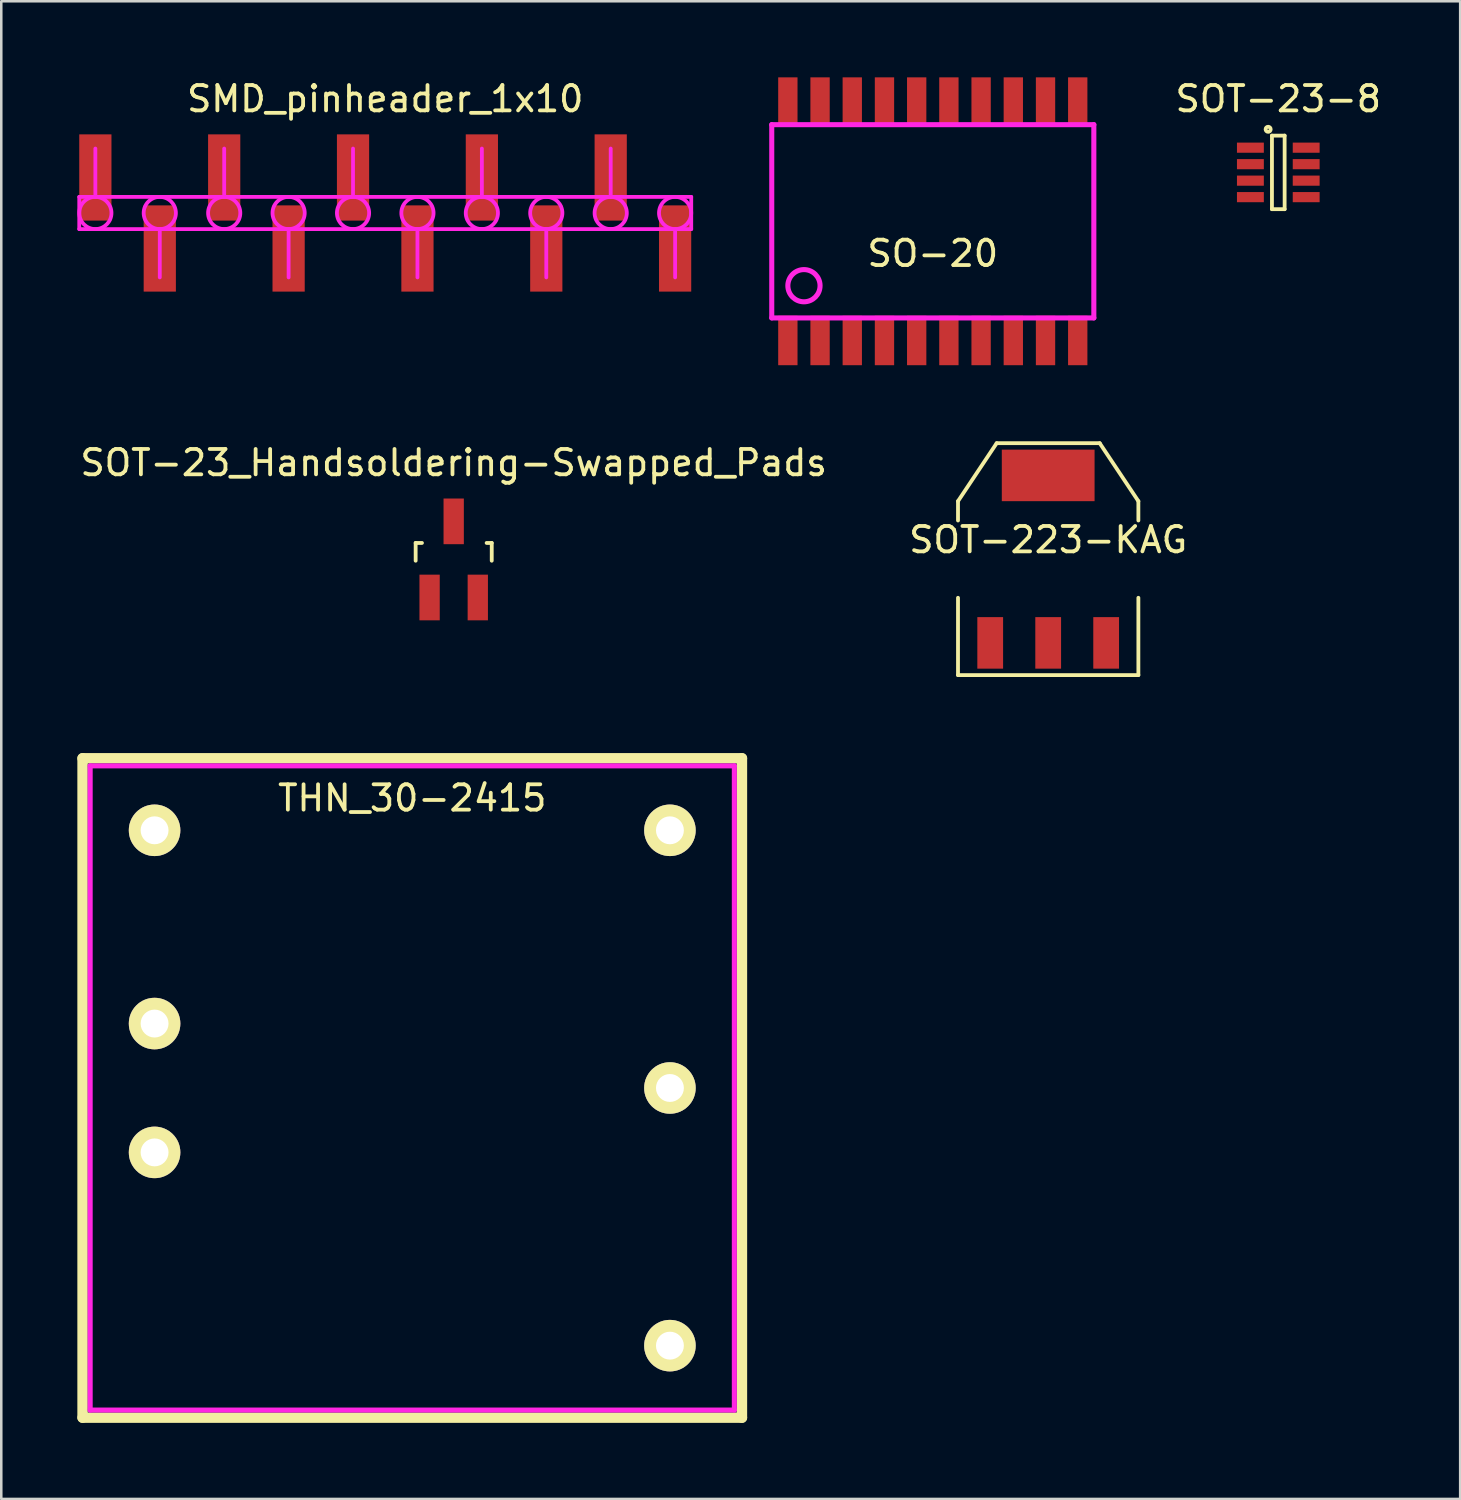
<source format=kicad_pcb>
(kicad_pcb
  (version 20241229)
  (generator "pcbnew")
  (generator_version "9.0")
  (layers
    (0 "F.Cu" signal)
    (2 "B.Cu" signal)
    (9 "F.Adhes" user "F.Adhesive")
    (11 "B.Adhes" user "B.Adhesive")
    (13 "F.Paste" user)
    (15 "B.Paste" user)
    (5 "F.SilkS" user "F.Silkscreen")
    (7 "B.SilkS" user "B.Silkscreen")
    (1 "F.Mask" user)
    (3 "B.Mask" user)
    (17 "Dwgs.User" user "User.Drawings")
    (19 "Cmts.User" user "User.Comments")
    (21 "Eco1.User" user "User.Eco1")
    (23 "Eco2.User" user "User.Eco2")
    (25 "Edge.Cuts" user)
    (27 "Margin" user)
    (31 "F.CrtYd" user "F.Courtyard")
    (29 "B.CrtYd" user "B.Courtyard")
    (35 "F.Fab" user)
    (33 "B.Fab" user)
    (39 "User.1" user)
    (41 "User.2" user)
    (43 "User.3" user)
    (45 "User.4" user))
  (footprint "SO-20"
    (layer "F.Cu")
    (at 33.73 5.675)
    (property "Reference" "SO-20" (at 0 1.27 0) (layer "F.SilkS") (effects (font (size 1 1) (thickness 0.15))))
    (attr through_hole)
    (fp_line (start -6.35 -3.81) (end 6.35 -3.81) (stroke (width 0.2) (type solid)) (layer "F.CrtYd"))
    (fp_line (start -6.35 3.81) (end -6.35 -3.81) (stroke (width 0.2) (type solid)) (layer "F.CrtYd"))
    (fp_line (start 6.35 -3.81) (end 6.35 3.81) (stroke (width 0.2) (type solid)) (layer "F.CrtYd"))
    (fp_line (start 6.35 3.81) (end -6.35 3.81) (stroke (width 0.2) (type solid)) (layer "F.CrtYd"))
    (fp_circle (center -5.08 2.54) (end -4.445 2.54) (stroke (width 0.2) (type solid)) (fill no) (layer "F.CrtYd"))
    (pad "1" smd rect (at -5.715 4.7) (size 0.762 1.95) (layers "F.Cu" "F.Mask" "F.Paste"))
    (pad "2" smd rect (at -4.445 4.7) (size 0.762 1.95) (layers "F.Cu" "F.Mask" "F.Paste"))
    (pad "3" smd rect (at -3.175 4.7) (size 0.762 1.95) (layers "F.Cu" "F.Mask" "F.Paste"))
    (pad "4" smd rect (at -1.905 4.7) (size 0.762 1.95) (layers "F.Cu" "F.Mask" "F.Paste"))
    (pad "5" smd rect (at -0.635 4.7) (size 0.762 1.95) (layers "F.Cu" "F.Mask" "F.Paste"))
    (pad "6" smd rect (at 0.635 4.7) (size 0.762 1.95) (layers "F.Cu" "F.Mask" "F.Paste"))
    (pad "7" smd rect (at 1.905 4.7) (size 0.762 1.95) (layers "F.Cu" "F.Mask" "F.Paste"))
    (pad "8" smd rect (at 3.175 4.7) (size 0.762 1.95) (layers "F.Cu" "F.Mask" "F.Paste"))
    (pad "9" smd rect (at 4.445 4.7) (size 0.762 1.95) (layers "F.Cu" "F.Mask" "F.Paste"))
    (pad "10" smd rect (at 5.715 4.7) (size 0.762 1.95) (layers "F.Cu" "F.Mask" "F.Paste"))
    (pad "11" smd rect (at 5.715 -4.7) (size 0.762 1.95) (layers "F.Cu" "F.Mask" "F.Paste"))
    (pad "12" smd rect (at 4.445 -4.7) (size 0.762 1.95) (layers "F.Cu" "F.Mask" "F.Paste"))
    (pad "13" smd rect (at 3.175 -4.7) (size 0.762 1.95) (layers "F.Cu" "F.Mask" "F.Paste"))
    (pad "14" smd rect (at 1.905 -4.7) (size 0.762 1.95) (layers "F.Cu" "F.Mask" "F.Paste"))
    (pad "15" smd rect (at 0.635 -4.7) (size 0.762 1.95) (layers "F.Cu" "F.Mask" "F.Paste"))
    (pad "16" smd rect (at -0.635 -4.7) (size 0.762 1.95) (layers "F.Cu" "F.Mask" "F.Paste"))
    (pad "17" smd rect (at -1.905 -4.7) (size 0.762 1.95) (layers "F.Cu" "F.Mask" "F.Paste"))
    (pad "18" smd rect (at -3.175 -4.7) (size 0.762 1.95) (layers "F.Cu" "F.Mask" "F.Paste"))
    (pad "19" smd rect (at -4.445 -4.7) (size 0.762 1.95) (layers "F.Cu" "F.Mask" "F.Paste"))
    (pad "20" smd rect (at -5.715 -4.7) (size 0.762 1.95) (layers "F.Cu" "F.Mask" "F.Paste")))
  (footprint "THN_30-2415"
    (layer "F.Cu")
    (at 13.205 39.849)
    (property "Reference" "THN_30-2415" (at 0 -11.43 0) (layer "F.SilkS") (effects (font (size 1 1) (thickness 0.15))))
    (attr through_hole)
    (fp_line (start -13 -13) (end 13 -13) (stroke (width 0.41) (type solid)) (layer "F.SilkS"))
    (fp_line (start -13 13) (end -13 -13) (stroke (width 0.41) (type solid)) (layer "F.SilkS"))
    (fp_line (start 13 -13) (end 13 13) (stroke (width 0.41) (type solid)) (layer "F.SilkS"))
    (fp_line (start 13 13) (end -13 13) (stroke (width 0.41) (type solid)) (layer "F.SilkS"))
    (fp_line (start -12.7 -12.7) (end 12.7 -12.7) (stroke (width 0.2) (type solid)) (layer "F.CrtYd"))
    (fp_line (start -12.7 12.7) (end -12.7 -12.7) (stroke (width 0.2) (type solid)) (layer "F.CrtYd"))
    (fp_line (start 12.7 -12.7) (end 12.7 12.7) (stroke (width 0.2) (type solid)) (layer "F.CrtYd"))
    (fp_line (start 12.7 12.7) (end -12.7 12.7) (stroke (width 0.2) (type solid)) (layer "F.CrtYd"))
    (pad "1" thru_hole circle (at -10.16 2.54) (size 2.032 2.032) (drill 1.1) (layers "*.Cu" "*.Mask" "F.SilkS"))
    (pad "2" thru_hole circle (at -10.16 -2.54) (size 2.032 2.032) (drill 1.1) (layers "*.Cu" "*.Mask" "F.SilkS"))
    (pad "3" thru_hole circle (at 10.16 10.16) (size 2.032 2.032) (drill 1.1) (layers "*.Cu" "*.Mask" "F.SilkS"))
    (pad "4" thru_hole circle (at 10.16 0) (size 2.032 2.032) (drill 1.1) (layers "*.Cu" "*.Mask" "F.SilkS"))
    (pad "5" thru_hole circle (at 10.16 -10.16) (size 2.032 2.032) (drill 1.1) (layers "*.Cu" "*.Mask" "F.SilkS"))
    (pad "6" thru_hole circle (at -10.16 -10.16) (size 2.032 2.032) (drill 1.1) (layers "*.Cu" "*.Mask" "F.SilkS")))
  (footprint "SOT-23-8"
    (layer "F.Cu")
    (at 47.353 3.748)
    (property "Reference" "SOT-23-8" (at 0 -2.9 0) (layer "F.SilkS") (effects (font (size 1 1) (thickness 0.15))))
    (attr smd)
    (fp_line (start -0.25 -1.45) (end -0.25 1.45) (stroke (width 0.15) (type solid)) (layer "F.SilkS"))
    (fp_line (start -0.25 1.45) (end 0.25 1.45) (stroke (width 0.15) (type solid)) (layer "F.SilkS"))
    (fp_line (start 0.25 -1.45) (end -0.25 -1.45) (stroke (width 0.15) (type solid)) (layer "F.SilkS"))
    (fp_line (start 0.25 1.45) (end 0.25 -1.45) (stroke (width 0.15) (type solid)) (layer "F.SilkS"))
    (fp_circle (center -0.4 -1.7) (end -0.3 -1.7) (stroke (width 0.15) (type solid)) (fill no) (layer "F.SilkS"))
    (pad "1" smd rect (at -1.1 -0.975) (size 1.06 0.4) (layers "F.Cu" "F.Mask" "F.Paste"))
    (pad "2" smd rect (at -1.1 -0.325) (size 1.06 0.4) (layers "F.Cu" "F.Mask" "F.Paste"))
    (pad "3" smd rect (at -1.1 0.325) (size 1.06 0.4) (layers "F.Cu" "F.Mask" "F.Paste"))
    (pad "4" smd rect (at -1.1 0.975) (size 1.06 0.4) (layers "F.Cu" "F.Mask" "F.Paste"))
    (pad "5" smd rect (at 1.1 0.975) (size 1.06 0.4) (layers "F.Cu" "F.Mask" "F.Paste"))
    (pad "6" smd rect (at 1.1 0.325) (size 1.06 0.4) (layers "F.Cu" "F.Mask" "F.Paste"))
    (pad "7" smd rect (at 1.1 -0.325) (size 1.06 0.4) (layers "F.Cu" "F.Mask" "F.Paste"))
    (pad "8" smd rect (at 1.1 -0.975) (size 1.06 0.4) (layers "F.Cu" "F.Mask" "F.Paste")))
  (footprint "SMD_pinheader_1x10"
    (layer "F.Cu")
    (at 12.14 5.348)
    (property "Reference" "SMD_pinheader_1x10" (at 0 -4.5 0) (layer "F.SilkS") (effects (font (size 1 1) (thickness 0.15))))
    (attr through_hole)
    (fp_line (start -12.065 -0.635) (end 12.065 -0.635) (stroke (width 0.15) (type solid)) (layer "F.CrtYd"))
    (fp_line (start -12.065 0.635) (end -12.065 -0.635) (stroke (width 0.15) (type solid)) (layer "F.CrtYd"))
    (fp_line (start -11.43 -0.635) (end -11.43 -2.54) (stroke (width 0.15) (type solid)) (layer "F.CrtYd"))
    (fp_line (start -8.89 0.635) (end -8.89 2.54) (stroke (width 0.15) (type solid)) (layer "F.CrtYd"))
    (fp_line (start -6.35 -0.635) (end -6.35 -2.54) (stroke (width 0.15) (type solid)) (layer "F.CrtYd"))
    (fp_line (start -3.81 0.635) (end -3.81 2.54) (stroke (width 0.15) (type solid)) (layer "F.CrtYd"))
    (fp_line (start -1.27 -0.635) (end -1.27 -2.54) (stroke (width 0.15) (type solid)) (layer "F.CrtYd"))
    (fp_line (start 1.27 0.635) (end 1.27 2.54) (stroke (width 0.15) (type solid)) (layer "F.CrtYd"))
    (fp_line (start 3.81 -0.635) (end 3.81 -2.54) (stroke (width 0.15) (type solid)) (layer "F.CrtYd"))
    (fp_line (start 6.35 0.635) (end 6.35 2.54) (stroke (width 0.15) (type solid)) (layer "F.CrtYd"))
    (fp_line (start 8.89 -0.635) (end 8.89 -2.54) (stroke (width 0.15) (type solid)) (layer "F.CrtYd"))
    (fp_line (start 11.43 0.635) (end 11.43 2.54) (stroke (width 0.15) (type solid)) (layer "F.CrtYd"))
    (fp_line (start 12.065 -0.635) (end 12.065 0.635) (stroke (width 0.15) (type solid)) (layer "F.CrtYd"))
    (fp_line (start 12.065 0.635) (end -12.065 0.635) (stroke (width 0.15) (type solid)) (layer "F.CrtYd"))
    (fp_circle (center -11.43 0) (end -10.795 0) (stroke (width 0.15) (type solid)) (fill no) (layer "F.CrtYd"))
    (fp_circle (center -8.89 0) (end -8.255 0) (stroke (width 0.15) (type solid)) (fill no) (layer "F.CrtYd"))
    (fp_circle (center -6.35 0) (end -5.715 0) (stroke (width 0.15) (type solid)) (fill no) (layer "F.CrtYd"))
    (fp_circle (center -3.81 0) (end -3.175 0) (stroke (width 0.15) (type solid)) (fill no) (layer "F.CrtYd"))
    (fp_circle (center -1.27 0) (end -0.635 0) (stroke (width 0.15) (type solid)) (fill no) (layer "F.CrtYd"))
    (fp_circle (center 1.27 0) (end 1.905 0) (stroke (width 0.15) (type solid)) (fill no) (layer "F.CrtYd"))
    (fp_circle (center 3.81 0) (end 4.445 0) (stroke (width 0.15) (type solid)) (fill no) (layer "F.CrtYd"))
    (fp_circle (center 6.35 0) (end 6.985 0) (stroke (width 0.15) (type solid)) (fill no) (layer "F.CrtYd"))
    (fp_circle (center 8.89 0) (end 9.525 0) (stroke (width 0.15) (type solid)) (fill no) (layer "F.CrtYd"))
    (fp_circle (center 11.43 0) (end 12.065 0) (stroke (width 0.15) (type solid)) (fill no) (layer "F.CrtYd"))
    (pad "1" smd rect (at -11.43 -1.4) (size 1.27 3.4) (layers "F.Cu" "F.Mask" "F.Paste"))
    (pad "2" smd rect (at -8.89 1.4) (size 1.27 3.4) (layers "F.Cu" "F.Mask" "F.Paste"))
    (pad "3" smd rect (at -6.35 -1.4) (size 1.27 3.4) (layers "F.Cu" "F.Mask" "F.Paste"))
    (pad "4" smd rect (at -3.81 1.4) (size 1.27 3.4) (layers "F.Cu" "F.Mask" "F.Paste"))
    (pad "5" smd rect (at -1.27 -1.4) (size 1.27 3.4) (layers "F.Cu" "F.Mask" "F.Paste"))
    (pad "6" smd rect (at 1.27 1.4) (size 1.27 3.4) (layers "F.Cu" "F.Mask" "F.Paste"))
    (pad "7" smd rect (at 3.81 -1.4) (size 1.27 3.4) (layers "F.Cu" "F.Mask" "F.Paste"))
    (pad "8" smd rect (at 6.35 1.4) (size 1.27 3.4) (layers "F.Cu" "F.Mask" "F.Paste"))
    (pad "9" smd rect (at 8.89 -1.4) (size 1.27 3.4) (layers "F.Cu" "F.Mask" "F.Paste"))
    (pad "10" smd rect (at 11.43 1.4) (size 1.27 3.4) (layers "F.Cu" "F.Mask" "F.Paste")))
  (footprint "SOT-223-KAG"
    (layer "F.Cu")
    (at 38.28 18.997)
    (property "Reference" "SOT-223-KAG" (at 0 -0.762 0) (layer "F.SilkS") (effects (font (size 1 1) (thickness 0.15))))
    (attr smd)
    (fp_line (start -3.556 -2.286) (end -2.032 -4.572) (stroke (width 0.15) (type solid)) (layer "F.SilkS"))
    (fp_line (start -3.556 -1.524) (end -3.556 -2.286) (stroke (width 0.15) (type solid)) (layer "F.SilkS"))
    (fp_line (start -3.556 1.524) (end -3.556 4.572) (stroke (width 0.15) (type solid)) (layer "F.SilkS"))
    (fp_line (start -3.556 4.572) (end 3.556 4.572) (stroke (width 0.15) (type solid)) (layer "F.SilkS"))
    (fp_line (start -2.032 -4.572) (end 2.032 -4.572) (stroke (width 0.15) (type solid)) (layer "F.SilkS"))
    (fp_line (start 2.032 -4.572) (end 3.556 -2.286) (stroke (width 0.15) (type solid)) (layer "F.SilkS"))
    (fp_line (start 3.556 -2.286) (end 3.556 -1.524) (stroke (width 0.15) (type solid)) (layer "F.SilkS"))
    (fp_line (start 3.556 4.572) (end 3.556 1.524) (stroke (width 0.15) (type solid)) (layer "F.SilkS"))
    (pad "A" smd rect (at 0 -3.302) (size 3.658 2.032) (layers "F.Cu" "F.Mask" "F.Paste"))
    (pad "A" smd rect (at 0 3.302) (size 1.016 2.032) (layers "F.Cu" "F.Mask" "F.Paste"))
    (pad "G" smd rect (at 2.286 3.302) (size 1.016 2.032) (layers "F.Cu" "F.Mask" "F.Paste"))
    (pad "K" smd rect (at -2.286 3.302) (size 1.016 2.032) (layers "F.Cu" "F.Mask" "F.Paste")))
  (footprint "SOT-23_Handsoldering-Swapped_Pads"
    (layer "F.Cu")
    (at 14.839 19.008)
    (property "Reference" "SOT-23_Handsoldering-Swapped_Pads" (at 0 -3.81 0) (layer "F.SilkS") (effects (font (size 1 1) (thickness 0.15))))
    (attr smd)
    (fp_line (start -1.5 -0.65) (end -1.251 -0.65) (stroke (width 0.15) (type solid)) (layer "F.SilkS"))
    (fp_line (start -1.5 0.051) (end -1.5 -0.65) (stroke (width 0.15) (type solid)) (layer "F.SilkS"))
    (fp_line (start 1.299 -0.65) (end 1.5 -0.65) (stroke (width 0.15) (type solid)) (layer "F.SilkS"))
    (fp_line (start 1.5 -0.65) (end 1.5 0.051) (stroke (width 0.15) (type solid)) (layer "F.SilkS"))
    (pad "1" smd rect (at 0 -1.501) (size 0.8 1.801) (layers "F.Cu" "F.Mask" "F.Paste"))
    (pad "2" smd rect (at 0.95 1.501) (size 0.8 1.801) (layers "F.Cu" "F.Mask" "F.Paste"))
    (pad "3" smd rect (at -0.95 1.501) (size 0.8 1.801) (layers "F.Cu" "F.Mask" "F.Paste")))
  (gr_rect
    (start -3 -3)
    (end 54.525 56.054)
    (stroke (width 0.1) (type default))
    (fill no)
    (layer "Edge.Cuts")))
</source>
